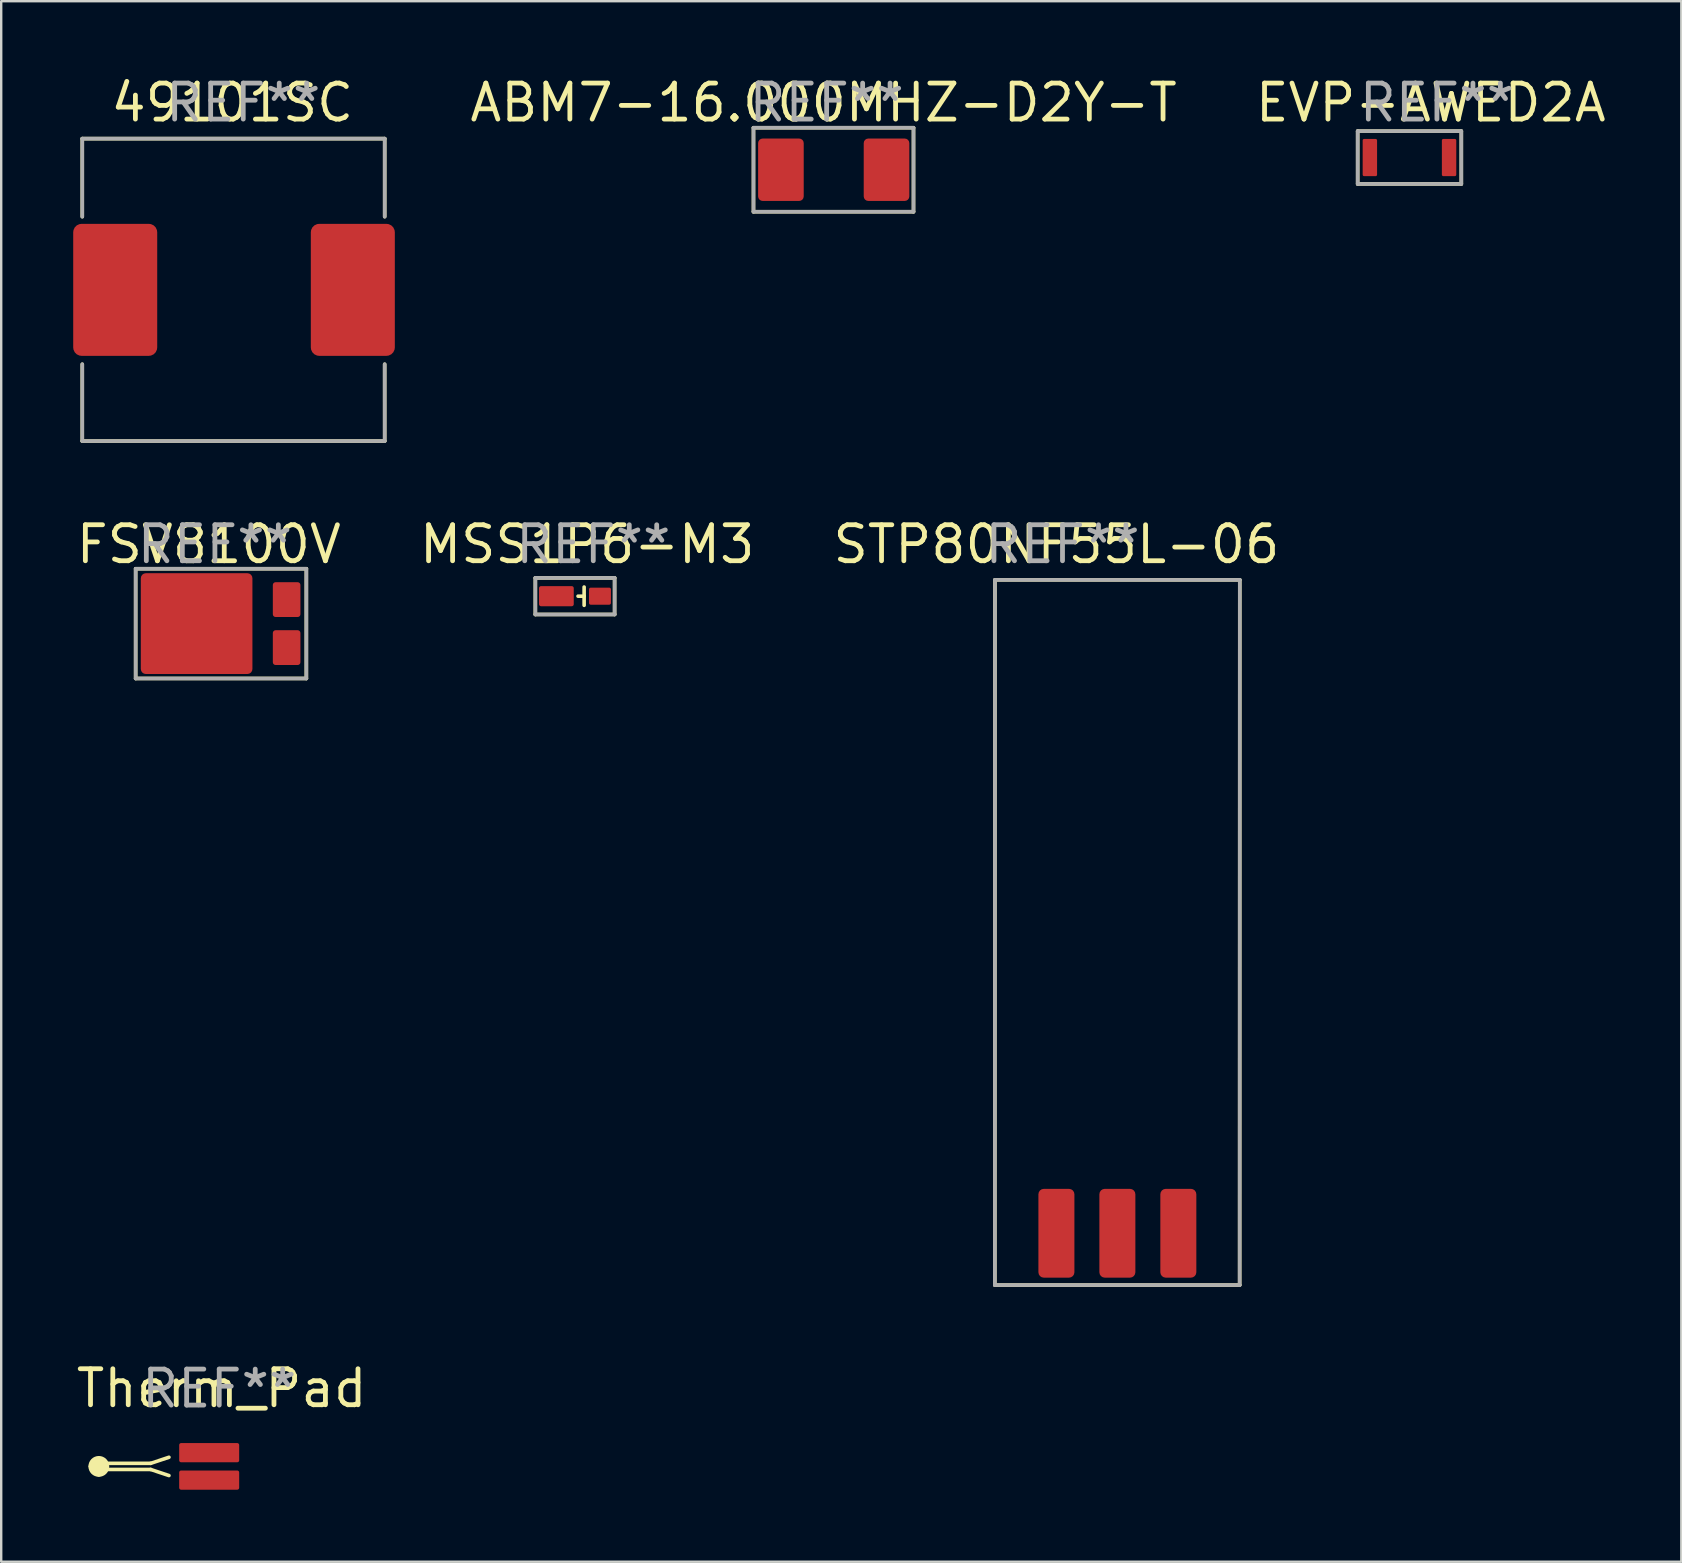
<source format=kicad_pcb>
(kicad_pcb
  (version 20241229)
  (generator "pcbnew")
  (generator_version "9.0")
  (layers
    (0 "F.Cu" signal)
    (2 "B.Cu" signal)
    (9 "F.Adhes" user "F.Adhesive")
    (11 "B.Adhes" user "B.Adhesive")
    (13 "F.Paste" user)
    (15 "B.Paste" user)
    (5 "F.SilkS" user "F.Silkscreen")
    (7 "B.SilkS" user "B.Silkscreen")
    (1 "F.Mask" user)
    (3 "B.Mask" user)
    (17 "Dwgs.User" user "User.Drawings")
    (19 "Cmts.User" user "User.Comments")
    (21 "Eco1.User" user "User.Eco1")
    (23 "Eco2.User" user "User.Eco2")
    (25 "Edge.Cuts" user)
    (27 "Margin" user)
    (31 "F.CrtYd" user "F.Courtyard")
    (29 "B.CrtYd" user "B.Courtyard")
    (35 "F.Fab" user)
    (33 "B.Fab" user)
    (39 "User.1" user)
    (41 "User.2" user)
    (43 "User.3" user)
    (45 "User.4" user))
  (footprint "49101SC"
    (layer "F.Cu")
    (at 1.75 9.026)
    (property "Reference" "49101SC" (at 4.877 -7.798 0) (layer "F.SilkS") (effects (font (size 1.5 1.5) (thickness 0.2))))
    (attr through_hole)
    (fp_line (start -1.372 -6.3) (end 11.228 -6.3) (stroke (width 0.15) (type solid)) (layer "F.SilkS"))
    (fp_line (start -1.372 -3.048) (end -1.372 -6.3) (stroke (width 0.15) (type solid)) (layer "F.SilkS"))
    (fp_line (start -1.372 3.099) (end -1.372 6.3) (stroke (width 0.15) (type solid)) (layer "F.SilkS"))
    (fp_line (start -1.372 6.3) (end 11.228 6.3) (stroke (width 0.15) (type solid)) (layer "F.SilkS"))
    (fp_line (start 11.227 3.099) (end 11.228 6.3) (stroke (width 0.15) (type solid)) (layer "F.SilkS"))
    (fp_line (start 11.228 -3.048) (end 11.228 -6.3) (stroke (width 0.15) (type solid)) (layer "F.SilkS"))
    (fp_line (start -1.372 -6.3) (end 11.228 -6.3) (stroke (width 0.15) (type solid)) (layer "F.Fab"))
    (fp_line (start -1.372 -3.048) (end -1.372 -6.3) (stroke (width 0.15) (type solid)) (layer "F.Fab"))
    (fp_line (start -1.372 3.099) (end -1.372 6.3) (stroke (width 0.15) (type solid)) (layer "F.Fab"))
    (fp_line (start -1.372 6.3) (end 11.228 6.3) (stroke (width 0.15) (type solid)) (layer "F.Fab"))
    (fp_line (start 11.227 3.099) (end 11.228 6.3) (stroke (width 0.15) (type solid)) (layer "F.Fab"))
    (fp_line (start 11.228 -3.048) (end 11.228 -6.3) (stroke (width 0.15) (type solid)) (layer "F.Fab"))
    (fp_text user "REF**" (at 5.334 -7.798 0) (layer "F.Fab") (effects (font (size 1.5 1.5) (thickness 0.2))))
    (pad "1" smd roundrect (at 0 0) (size 3.5 5.5) (layers "F.Cu" "F.Mask" "F.Paste") (roundrect_rratio 0.1))
    (pad "2" smd roundrect (at 9.9 0) (size 3.5 5.5) (layers "F.Cu" "F.Mask" "F.Paste") (roundrect_rratio 0.1)))
  (footprint "EVP-AWED2A"
    (layer "F.Cu")
    (at 54.024 3.514)
    (property "Reference" "EVP-AWED2A" (at 2.54 -2.286 0) (layer "F.SilkS") (effects (font (size 1.5 1.5) (thickness 0.2))))
    (attr through_hole)
    (fp_line (start -0.508 -1.1) (end -0.508 1.1) (stroke (width 0.15) (type solid)) (layer "F.SilkS"))
    (fp_line (start -0.508 -1.1) (end 3.81 -1.1) (stroke (width 0.15) (type solid)) (layer "F.SilkS"))
    (fp_line (start -0.508 1.1) (end 3.81 1.1) (stroke (width 0.15) (type solid)) (layer "F.SilkS"))
    (fp_line (start 3.81 -1.1) (end 3.81 1.1) (stroke (width 0.15) (type solid)) (layer "F.SilkS"))
    (fp_line (start -0.508 -1.1) (end -0.508 1.1) (stroke (width 0.15) (type solid)) (layer "F.Fab"))
    (fp_line (start -0.508 -1.1) (end 3.81 -1.1) (stroke (width 0.15) (type solid)) (layer "F.Fab"))
    (fp_line (start -0.508 1.1) (end 3.81 1.1) (stroke (width 0.15) (type solid)) (layer "F.Fab"))
    (fp_line (start 3.81 -1.1) (end 3.81 1.1) (stroke (width 0.15) (type solid)) (layer "F.Fab"))
    (fp_text user "REF**" (at 2.794 -2.286 0) (layer "F.Fab") (effects (font (size 1.5 1.5) (thickness 0.2))))
    (pad "1" smd roundrect (at 0 0) (size 0.6 1.55) (layers "F.Cu" "F.Mask" "F.Paste") (roundrect_rratio 0.1))
    (pad "2" smd roundrect (at 3.3 0) (size 0.6 1.55) (layers "F.Cu" "F.Mask" "F.Paste") (roundrect_rratio 0.1)))
  (footprint "Therm_Pad"
    (layer "F.Cu")
    (at 5.665 57.474)
    (property "Reference" "Therm_Pad" (at 0.521 -2.68 0) (layer "F.SilkS") (effects (font (size 1.5 1.5) (thickness 0.2))))
    (attr through_hole)
    (fp_line (start -4.597 0.699) (end -2.438 0.699) (stroke (width 0.15) (type solid)) (layer "F.SilkS"))
    (fp_line (start -4.216 0.445) (end -2.438 0.445) (stroke (width 0.15) (type solid)) (layer "F.SilkS"))
    (fp_line (start -2.438 0.445) (end -1.676 0.191) (stroke (width 0.15) (type solid)) (layer "F.SilkS"))
    (fp_line (start -2.438 0.699) (end -1.676 0.953) (stroke (width 0.15) (type solid)) (layer "F.SilkS"))
    (fp_circle (center -4.597 0.572) (end -4.343 0.826) (stroke (width 0.15) (type solid)) (fill no) (layer "F.SilkS"))
    (fp_poly (pts (xy -4.597 0.212) (xy -4.343 0.318) (xy -4.238 0.572) (xy -4.343 0.826) (xy -4.597 0.953) (xy -4.851 0.826) (xy -4.978 0.572) (xy -4.851 0.318)) (stroke (width 0.1) (type solid)) (fill yes) (layer "F.SilkS"))
    (fp_text user "REF**" (at 0.419 -2.666 0) (layer "F.Fab") (effects (font (size 1.5 1.5) (thickness 0.2))))
    (pad "1" smd roundrect (at 0 0) (size 2.5 0.8) (layers "F.Cu" "F.Mask" "F.Paste") (roundrect_rratio 0.1))
    (pad "2" smd roundrect (at 0 1.143) (size 2.5 0.8) (layers "F.Cu" "F.Mask" "F.Paste") (roundrect_rratio 0.1)))
  (footprint "FSV8100V"
    (layer "F.Cu")
    (at 5.142 22.932)
    (property "Reference" "FSV8100V" (at 0.508 -3.302 0) (layer "F.SilkS") (effects (font (size 1.5 1.5) (thickness 0.2))))
    (attr through_hole)
    (fp_line (start -2.54 -2.286) (end -2.54 2.286) (stroke (width 0.15) (type solid)) (layer "F.SilkS"))
    (fp_line (start -2.54 2.286) (end 4.572 2.286) (stroke (width 0.15) (type solid)) (layer "F.SilkS"))
    (fp_line (start 4.572 -2.286) (end -2.54 -2.286) (stroke (width 0.15) (type solid)) (layer "F.SilkS"))
    (fp_line (start 4.572 2.286) (end 4.572 -2.286) (stroke (width 0.15) (type solid)) (layer "F.SilkS"))
    (fp_line (start -2.54 -2.286) (end 4.572 -2.286) (stroke (width 0.15) (type solid)) (layer "F.Fab"))
    (fp_line (start -2.54 2.286) (end -2.54 -2.286) (stroke (width 0.15) (type solid)) (layer "F.Fab"))
    (fp_line (start 4.572 -2.286) (end 4.572 2.286) (stroke (width 0.15) (type solid)) (layer "F.Fab"))
    (fp_line (start 4.572 2.286) (end -2.54 2.286) (stroke (width 0.15) (type solid)) (layer "F.Fab"))
    (fp_text user "REF**" (at 0.762 -3.302 0) (layer "F.Fab") (effects (font (size 1.5 1.5) (thickness 0.2))))
    (pad "1" smd roundrect (at 3.75 -1) (size 1.15 1.45) (layers "F.Cu" "F.Mask" "F.Paste") (roundrect_rratio 0.1))
    (pad "2" smd roundrect (at 3.75 1) (size 1.15 1.45) (layers "F.Cu" "F.Mask" "F.Paste") (roundrect_rratio 0.1))
    (pad "3" smd roundrect (at 0 0) (size 4.65 4.2) (layers "F.Cu" "F.Mask" "F.Paste") (roundrect_rratio 0.05)))
  (footprint "STP80NF55L-06"
    (layer "F.Cu")
    (at 40.964 48.332)
    (property "Reference" "STP80NF55L-06" (at 0 -28.702 0) (layer "F.SilkS") (effects (font (size 1.5 1.5) (thickness 0.2))))
    (attr through_hole)
    (fp_line (start -2.565 2.159) (end -2.56 -27.222) (stroke (width 0.15) (type solid)) (layer "F.SilkS"))
    (fp_line (start -2.565 2.159) (end 7.635 2.159) (stroke (width 0.15) (type solid)) (layer "F.SilkS"))
    (fp_line (start -2.56 -27.222) (end 7.64 -27.222) (stroke (width 0.15) (type solid)) (layer "F.SilkS"))
    (fp_line (start 7.635 2.159) (end 7.64 -27.222) (stroke (width 0.15) (type solid)) (layer "F.SilkS"))
    (fp_line (start -2.565 2.159) (end -2.56 -27.222) (stroke (width 0.15) (type solid)) (layer "F.Fab"))
    (fp_line (start -2.565 2.159) (end 7.635 2.159) (stroke (width 0.15) (type solid)) (layer "F.Fab"))
    (fp_line (start -2.56 -27.222) (end 7.64 -27.222) (stroke (width 0.15) (type solid)) (layer "F.Fab"))
    (fp_line (start 7.635 2.159) (end 7.64 -27.222) (stroke (width 0.15) (type solid)) (layer "F.Fab"))
    (fp_text user "REF**" (at 0.254 -28.702 0) (layer "F.Fab") (effects (font (size 1.5 1.5) (thickness 0.2))))
    (pad "1" smd roundrect (at 0 0) (size 1.5 3.7) (layers "F.Cu" "F.Mask" "F.Paste") (roundrect_rratio 0.15))
    (pad "2" smd roundrect (at 2.54 0) (size 1.5 3.7) (layers "F.Cu" "F.Mask" "F.Paste") (roundrect_rratio 0.15))
    (pad "3" smd roundrect (at 5.08 0) (size 1.5 3.7) (layers "F.Cu" "F.Mask" "F.Paste") (roundrect_rratio 0.15)))
  (footprint "MSS1P6-M3"
    (layer "F.Cu")
    (at 20.906 21.789)
    (property "Reference" "MSS1P6-M3" (at 0.508 -2.159 0) (layer "F.SilkS") (effects (font (size 1.5 1.5) (thickness 0.2))))
    (attr through_hole)
    (fp_line (start -1.651 -0.762) (end -1.651 0.762) (stroke (width 0.15) (type solid)) (layer "F.SilkS"))
    (fp_line (start -1.651 0.762) (end 1.651 0.762) (stroke (width 0.152) (type solid)) (layer "F.SilkS"))
    (fp_line (start 0.381 -0.381) (end 0.381 0.381) (stroke (width 0.15) (type solid)) (layer "F.SilkS"))
    (fp_line (start 0.381 0) (end 0.127 0) (stroke (width 0.15) (type solid)) (layer "F.SilkS"))
    (fp_line (start 1.651 -0.762) (end -1.651 -0.762) (stroke (width 0.152) (type solid)) (layer "F.SilkS"))
    (fp_line (start 1.651 -0.762) (end 1.651 0.762) (stroke (width 0.15) (type solid)) (layer "F.SilkS"))
    (fp_line (start -1.651 -0.762) (end -1.651 0.762) (stroke (width 0.15) (type solid)) (layer "F.Fab"))
    (fp_line (start -1.651 0.762) (end 1.651 0.762) (stroke (width 0.152) (type solid)) (layer "F.Fab"))
    (fp_line (start 1.651 -0.762) (end -1.651 -0.762) (stroke (width 0.152) (type solid)) (layer "F.Fab"))
    (fp_line (start 1.651 -0.762) (end 1.651 0.762) (stroke (width 0.15) (type solid)) (layer "F.Fab"))
    (fp_text user "REF**" (at 0.762 -2.159 0) (layer "F.Fab") (effects (font (size 1.5 1.5) (thickness 0.2))))
    (pad "1" smd roundrect (at -0.775 0) (size 1.448 0.838) (layers "F.Cu" "F.Mask" "F.Paste") (roundrect_rratio 0.1))
    (pad "2" smd roundrect (at 1.041 0) (size 0.914 0.711) (layers "F.Cu" "F.Mask" "F.Paste") (roundrect_rratio 0.1)))
  (footprint "ABM7-16.000MHZ-D2Y-T"
    (layer "F.Cu")
    (at 29.486 4.022)
    (property "Reference" "ABM7-16.000MHZ-D2Y-T" (at 1.778 -2.794 0) (layer "F.SilkS") (effects (font (size 1.5 1.5) (thickness 0.2))))
    (attr through_hole)
    (fp_line (start -1.143 -1.75) (end -1.143 1.75) (stroke (width 0.15) (type solid)) (layer "F.SilkS"))
    (fp_line (start -1.143 -1.75) (end 5.524 -1.75) (stroke (width 0.15) (type solid)) (layer "F.SilkS"))
    (fp_line (start -1.143 1.75) (end 5.524 1.75) (stroke (width 0.15) (type solid)) (layer "F.SilkS"))
    (fp_line (start 5.524 -1.75) (end 5.524 1.75) (stroke (width 0.15) (type solid)) (layer "F.SilkS"))
    (fp_line (start -1.143 -1.75) (end -1.143 1.75) (stroke (width 0.15) (type solid)) (layer "F.Fab"))
    (fp_line (start -1.143 -1.75) (end 5.524 -1.75) (stroke (width 0.15) (type solid)) (layer "F.Fab"))
    (fp_line (start -1.143 1.75) (end 5.524 1.75) (stroke (width 0.15) (type solid)) (layer "F.Fab"))
    (fp_line (start 5.524 -1.75) (end 5.524 1.75) (stroke (width 0.15) (type solid)) (layer "F.Fab"))
    (fp_text user "REF**" (at 1.905 -2.794 0) (layer "F.Fab") (effects (font (size 1.5 1.5) (thickness 0.2))))
    (pad "1" smd roundrect (at 0 0) (size 1.9 2.6) (layers "F.Cu" "F.Mask" "F.Paste") (roundrect_rratio 0.1))
    (pad "2" smd roundrect (at 4.4 0) (size 1.9 2.6) (layers "F.Cu" "F.Mask" "F.Paste") (roundrect_rratio 0.1)))
  (gr_rect
    (start -3 -3)
    (end 67 62.017)
    (stroke (width 0.1) (type default))
    (fill no)
    (layer "Edge.Cuts")))
</source>
